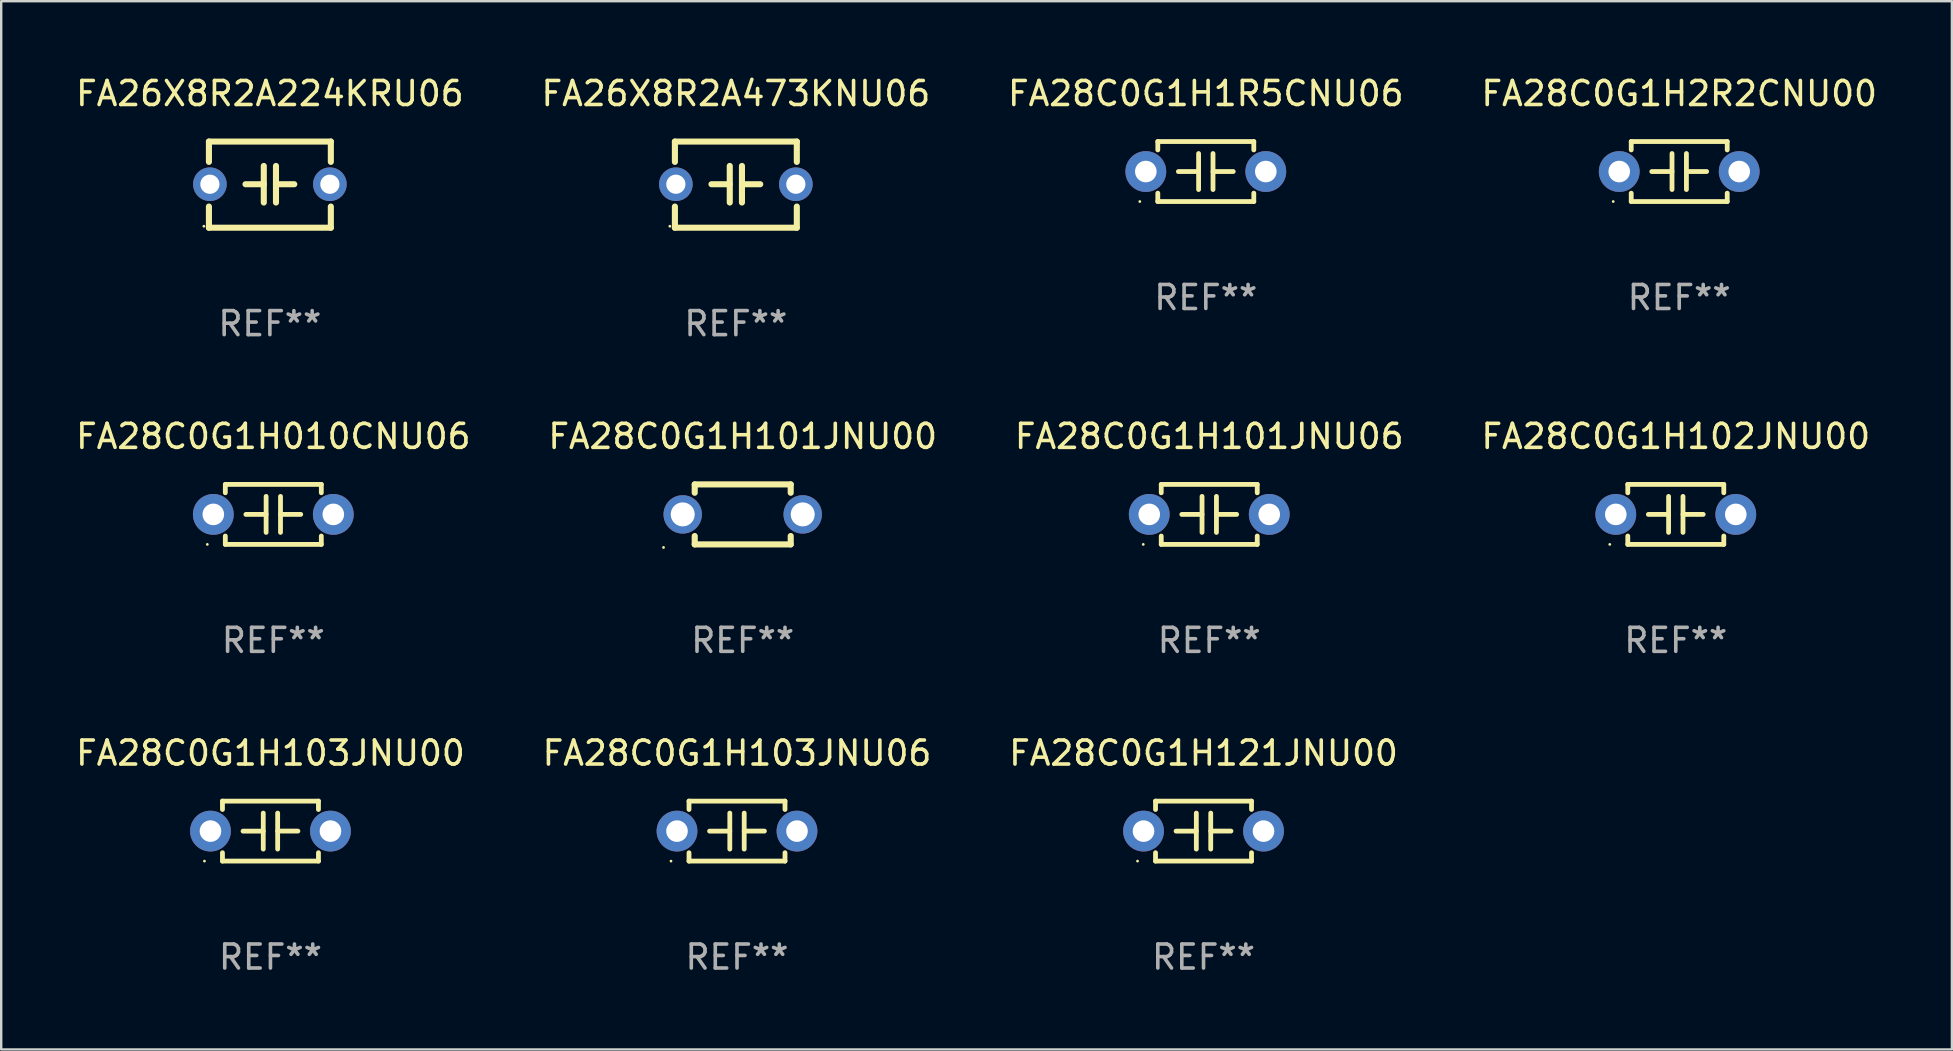
<source format=kicad_pcb>
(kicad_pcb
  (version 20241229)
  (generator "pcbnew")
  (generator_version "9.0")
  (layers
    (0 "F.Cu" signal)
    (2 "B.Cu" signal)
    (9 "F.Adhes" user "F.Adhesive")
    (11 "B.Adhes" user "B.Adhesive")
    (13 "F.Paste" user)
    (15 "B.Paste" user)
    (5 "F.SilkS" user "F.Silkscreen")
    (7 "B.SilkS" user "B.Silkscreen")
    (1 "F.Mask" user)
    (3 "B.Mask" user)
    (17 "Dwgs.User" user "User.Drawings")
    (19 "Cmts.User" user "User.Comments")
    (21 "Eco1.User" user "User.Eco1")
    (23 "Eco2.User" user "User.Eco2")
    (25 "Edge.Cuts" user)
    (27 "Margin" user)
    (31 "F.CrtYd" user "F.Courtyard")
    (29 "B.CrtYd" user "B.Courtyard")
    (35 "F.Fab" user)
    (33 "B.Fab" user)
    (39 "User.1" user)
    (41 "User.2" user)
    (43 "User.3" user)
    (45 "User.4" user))
  (footprint "FA26X8R2A224KRU06"
    (layer "F.Cu")
    (at 8.196 4.644)
    (property "Reference" "FA26X8R2A224KRU06" (at 0 -3.795 0) (layer "F.SilkS") (effects (font (size 1 1) (thickness 0.15))))
    (attr through_hole)
    (fp_line (start -2.54 -1.795) (end 2.54 -1.795) (stroke (width 0.254) (type solid)) (layer "F.SilkS"))
    (fp_line (start -2.54 -0.948) (end -2.54 -1.795) (stroke (width 0.254) (type solid)) (layer "F.SilkS"))
    (fp_line (start -2.54 1.795) (end -2.54 0.913) (stroke (width 0.254) (type solid)) (layer "F.SilkS"))
    (fp_line (start -1.016 -0.017) (end -0.254 -0.017) (stroke (width 0.254) (type solid)) (layer "F.SilkS"))
    (fp_line (start -0.254 0.745) (end -0.254 -0.779) (stroke (width 0.254) (type solid)) (layer "F.SilkS"))
    (fp_line (start 0.254 -0.779) (end 0.254 0.745) (stroke (width 0.254) (type solid)) (layer "F.SilkS"))
    (fp_line (start 1.016 -0.017) (end 0.254 -0.017) (stroke (width 0.254) (type solid)) (layer "F.SilkS"))
    (fp_line (start 2.54 -1.795) (end 2.54 -0.948) (stroke (width 0.254) (type solid)) (layer "F.SilkS"))
    (fp_line (start 2.54 1.795) (end -2.54 1.795) (stroke (width 0.254) (type solid)) (layer "F.SilkS"))
    (fp_line (start 2.54 1.795) (end 2.54 0.913) (stroke (width 0.254) (type solid)) (layer "F.SilkS"))
    (fp_circle (center -2.75 1.733) (end -2.72 1.733) (stroke (width 0.06) (type solid)) (fill no) (layer "F.SilkS"))
    (fp_text user "REF**" (at 0 5.795 0) (layer "F.Fab") (effects (font (size 1 1) (thickness 0.15))))
    (pad "1" thru_hole circle (at -2.5 -0.017) (size 1.4 1.4) (drill 0.8) (layers "*.Cu" "*.Mask"))
    (pad "2" thru_hole circle (at 2.5 -0.017) (size 1.4 1.4) (drill 0.8) (layers "*.Cu" "*.Mask")))
  (footprint "FA28C0G1H121JNU00"
    (layer "F.Cu")
    (at 47.101 31.582)
    (property "Reference" "FA28C0G1H121JNU00" (at 0 -3.25 0) (layer "F.SilkS") (effects (font (size 1 1) (thickness 0.15))))
    (attr through_hole)
    (fp_line (start -2 -1.25) (end -2 -0.901) (stroke (width 0.2) (type solid)) (layer "F.SilkS"))
    (fp_line (start -2 -1.25) (end 2 -1.25) (stroke (width 0.2) (type solid)) (layer "F.SilkS"))
    (fp_line (start -2 0.901) (end -2 1.25) (stroke (width 0.2) (type solid)) (layer "F.SilkS"))
    (fp_line (start -0.3 -0.75) (end -0.3 0.75) (stroke (width 0.2) (type solid)) (layer "F.SilkS"))
    (fp_line (start -0.3 0.001) (end -1.143 0.001) (stroke (width 0.2) (type solid)) (layer "F.SilkS"))
    (fp_line (start 0.3 -0.001) (end 1.143 -0.001) (stroke (width 0.2) (type solid)) (layer "F.SilkS"))
    (fp_line (start 0.3 0.75) (end 0.3 -0.75) (stroke (width 0.2) (type solid)) (layer "F.SilkS"))
    (fp_line (start 2 -1.25) (end 2 -0.901) (stroke (width 0.2) (type solid)) (layer "F.SilkS"))
    (fp_line (start 2 0.901) (end 2 1.25) (stroke (width 0.2) (type solid)) (layer "F.SilkS"))
    (fp_line (start 2 1.25) (end -2 1.25) (stroke (width 0.2) (type solid)) (layer "F.SilkS"))
    (fp_circle (center -2.75 1.25) (end -2.72 1.25) (stroke (width 0.06) (type solid)) (fill no) (layer "F.SilkS"))
    (fp_text user "REF**" (at 0 5.25 0) (layer "F.Fab") (effects (font (size 1 1) (thickness 0.15))))
    (pad "1" thru_hole circle (at -2.5 0) (size 1.7 1.7) (drill 0.9) (layers "*.Cu" "*.Mask"))
    (pad "2" thru_hole circle (at 2.5 0) (size 1.7 1.7) (drill 0.9) (layers "*.Cu" "*.Mask")))
  (footprint "FA28C0G1H101JNU00"
    (layer "F.Cu")
    (at 27.899 18.385)
    (property "Reference" "FA28C0G1H101JNU00" (at 0 -3.25 0) (layer "F.SilkS") (effects (font (size 1 1) (thickness 0.15))))
    (attr through_hole)
    (fp_line (start -2 -1.25) (end -2 -0.901) (stroke (width 0.254) (type solid)) (layer "F.SilkS"))
    (fp_line (start -2 -1.25) (end 2 -1.25) (stroke (width 0.254) (type solid)) (layer "F.SilkS"))
    (fp_line (start -2 0.901) (end -2 1.25) (stroke (width 0.254) (type solid)) (layer "F.SilkS"))
    (fp_line (start 2 -1.25) (end 2 -0.901) (stroke (width 0.254) (type solid)) (layer "F.SilkS"))
    (fp_line (start 2 0.901) (end 2 1.25) (stroke (width 0.254) (type solid)) (layer "F.SilkS"))
    (fp_line (start 2 1.25) (end -2 1.25) (stroke (width 0.254) (type solid)) (layer "F.SilkS"))
    (fp_circle (center -3.3 1.377) (end -3.27 1.377) (stroke (width 0.06) (type solid)) (fill no) (layer "F.SilkS"))
    (fp_text user "REF**" (at 0 5.25 0) (layer "F.Fab") (effects (font (size 1 1) (thickness 0.15))))
    (pad "1" thru_hole circle (at -2.5 0) (size 1.6 1.6) (drill 1) (layers "*.Cu" "*.Mask"))
    (pad "2" thru_hole circle (at 2.5 0) (size 1.6 1.6) (drill 1) (layers "*.Cu" "*.Mask")))
  (footprint "FA26X8R2A473KNU06"
    (layer "F.Cu")
    (at 27.613 4.644)
    (property "Reference" "FA26X8R2A473KNU06" (at 0 -3.795 0) (layer "F.SilkS") (effects (font (size 1 1) (thickness 0.15))))
    (attr through_hole)
    (fp_line (start -2.54 -1.795) (end 2.54 -1.795) (stroke (width 0.254) (type solid)) (layer "F.SilkS"))
    (fp_line (start -2.54 -0.948) (end -2.54 -1.795) (stroke (width 0.254) (type solid)) (layer "F.SilkS"))
    (fp_line (start -2.54 1.795) (end -2.54 0.913) (stroke (width 0.254) (type solid)) (layer "F.SilkS"))
    (fp_line (start -1.016 -0.017) (end -0.254 -0.017) (stroke (width 0.254) (type solid)) (layer "F.SilkS"))
    (fp_line (start -0.254 0.745) (end -0.254 -0.779) (stroke (width 0.254) (type solid)) (layer "F.SilkS"))
    (fp_line (start 0.254 -0.779) (end 0.254 0.745) (stroke (width 0.254) (type solid)) (layer "F.SilkS"))
    (fp_line (start 1.016 -0.017) (end 0.254 -0.017) (stroke (width 0.254) (type solid)) (layer "F.SilkS"))
    (fp_line (start 2.54 -1.795) (end 2.54 -0.948) (stroke (width 0.254) (type solid)) (layer "F.SilkS"))
    (fp_line (start 2.54 1.795) (end -2.54 1.795) (stroke (width 0.254) (type solid)) (layer "F.SilkS"))
    (fp_line (start 2.54 1.795) (end 2.54 0.913) (stroke (width 0.254) (type solid)) (layer "F.SilkS"))
    (fp_circle (center -2.75 1.733) (end -2.72 1.733) (stroke (width 0.06) (type solid)) (fill no) (layer "F.SilkS"))
    (fp_text user "REF**" (at 0 5.795 0) (layer "F.Fab") (effects (font (size 1 1) (thickness 0.15))))
    (pad "1" thru_hole circle (at -2.5 -0.017) (size 1.4 1.4) (drill 0.8) (layers "*.Cu" "*.Mask"))
    (pad "2" thru_hole circle (at 2.5 -0.017) (size 1.4 1.4) (drill 0.8) (layers "*.Cu" "*.Mask")))
  (footprint "FA28C0G1H010CNU06"
    (layer "F.Cu")
    (at 8.339 18.385)
    (property "Reference" "FA28C0G1H010CNU06" (at 0 -3.25 0) (layer "F.SilkS") (effects (font (size 1 1) (thickness 0.15))))
    (attr through_hole)
    (fp_line (start -2 -1.25) (end -2 -0.901) (stroke (width 0.2) (type solid)) (layer "F.SilkS"))
    (fp_line (start -2 -1.25) (end 2 -1.25) (stroke (width 0.2) (type solid)) (layer "F.SilkS"))
    (fp_line (start -2 0.901) (end -2 1.25) (stroke (width 0.2) (type solid)) (layer "F.SilkS"))
    (fp_line (start -0.3 -0.75) (end -0.3 0.75) (stroke (width 0.2) (type solid)) (layer "F.SilkS"))
    (fp_line (start -0.3 0.001) (end -1.143 0.001) (stroke (width 0.2) (type solid)) (layer "F.SilkS"))
    (fp_line (start 0.3 -0.001) (end 1.143 -0.001) (stroke (width 0.2) (type solid)) (layer "F.SilkS"))
    (fp_line (start 0.3 0.75) (end 0.3 -0.75) (stroke (width 0.2) (type solid)) (layer "F.SilkS"))
    (fp_line (start 2 -1.25) (end 2 -0.901) (stroke (width 0.2) (type solid)) (layer "F.SilkS"))
    (fp_line (start 2 0.901) (end 2 1.25) (stroke (width 0.2) (type solid)) (layer "F.SilkS"))
    (fp_line (start 2 1.25) (end -2 1.25) (stroke (width 0.2) (type solid)) (layer "F.SilkS"))
    (fp_circle (center -2.75 1.25) (end -2.72 1.25) (stroke (width 0.06) (type solid)) (fill no) (layer "F.SilkS"))
    (fp_text user "REF**" (at 0 5.25 0) (layer "F.Fab") (effects (font (size 1 1) (thickness 0.15))))
    (pad "1" thru_hole circle (at -2.5 0) (size 1.7 1.7) (drill 0.9) (layers "*.Cu" "*.Mask"))
    (pad "2" thru_hole circle (at 2.5 0) (size 1.7 1.7) (drill 0.9) (layers "*.Cu" "*.Mask")))
  (footprint "FA28C0G1H102JNU00"
    (layer "F.Cu")
    (at 66.78 18.385)
    (property "Reference" "FA28C0G1H102JNU00" (at 0 -3.25 0) (layer "F.SilkS") (effects (font (size 1 1) (thickness 0.15))))
    (attr through_hole)
    (fp_line (start -2 -1.25) (end -2 -0.901) (stroke (width 0.2) (type solid)) (layer "F.SilkS"))
    (fp_line (start -2 -1.25) (end 2 -1.25) (stroke (width 0.2) (type solid)) (layer "F.SilkS"))
    (fp_line (start -2 0.901) (end -2 1.25) (stroke (width 0.2) (type solid)) (layer "F.SilkS"))
    (fp_line (start -0.3 -0.75) (end -0.3 0.75) (stroke (width 0.2) (type solid)) (layer "F.SilkS"))
    (fp_line (start -0.3 0.001) (end -1.143 0.001) (stroke (width 0.2) (type solid)) (layer "F.SilkS"))
    (fp_line (start 0.3 -0.001) (end 1.143 -0.001) (stroke (width 0.2) (type solid)) (layer "F.SilkS"))
    (fp_line (start 0.3 0.75) (end 0.3 -0.75) (stroke (width 0.2) (type solid)) (layer "F.SilkS"))
    (fp_line (start 2 -1.25) (end 2 -0.901) (stroke (width 0.2) (type solid)) (layer "F.SilkS"))
    (fp_line (start 2 0.901) (end 2 1.25) (stroke (width 0.2) (type solid)) (layer "F.SilkS"))
    (fp_line (start 2 1.25) (end -2 1.25) (stroke (width 0.2) (type solid)) (layer "F.SilkS"))
    (fp_circle (center -2.75 1.25) (end -2.72 1.25) (stroke (width 0.06) (type solid)) (fill no) (layer "F.SilkS"))
    (fp_text user "REF**" (at 0 5.25 0) (layer "F.Fab") (effects (font (size 1 1) (thickness 0.15))))
    (pad "1" thru_hole circle (at -2.5 0) (size 1.7 1.7) (drill 0.9) (layers "*.Cu" "*.Mask"))
    (pad "2" thru_hole circle (at 2.5 0) (size 1.7 1.7) (drill 0.9) (layers "*.Cu" "*.Mask")))
  (footprint "FA28C0G1H101JNU06"
    (layer "F.Cu")
    (at 47.339 18.385)
    (property "Reference" "FA28C0G1H101JNU06" (at 0 -3.25 0) (layer "F.SilkS") (effects (font (size 1 1) (thickness 0.15))))
    (attr through_hole)
    (fp_line (start -2 -1.25) (end -2 -0.901) (stroke (width 0.2) (type solid)) (layer "F.SilkS"))
    (fp_line (start -2 -1.25) (end 2 -1.25) (stroke (width 0.2) (type solid)) (layer "F.SilkS"))
    (fp_line (start -2 0.901) (end -2 1.25) (stroke (width 0.2) (type solid)) (layer "F.SilkS"))
    (fp_line (start -0.3 -0.75) (end -0.3 0.75) (stroke (width 0.2) (type solid)) (layer "F.SilkS"))
    (fp_line (start -0.3 0.001) (end -1.143 0.001) (stroke (width 0.2) (type solid)) (layer "F.SilkS"))
    (fp_line (start 0.3 -0.001) (end 1.143 -0.001) (stroke (width 0.2) (type solid)) (layer "F.SilkS"))
    (fp_line (start 0.3 0.75) (end 0.3 -0.75) (stroke (width 0.2) (type solid)) (layer "F.SilkS"))
    (fp_line (start 2 -1.25) (end 2 -0.901) (stroke (width 0.2) (type solid)) (layer "F.SilkS"))
    (fp_line (start 2 0.901) (end 2 1.25) (stroke (width 0.2) (type solid)) (layer "F.SilkS"))
    (fp_line (start 2 1.25) (end -2 1.25) (stroke (width 0.2) (type solid)) (layer "F.SilkS"))
    (fp_circle (center -2.75 1.25) (end -2.72 1.25) (stroke (width 0.06) (type solid)) (fill no) (layer "F.SilkS"))
    (fp_text user "REF**" (at 0 5.25 0) (layer "F.Fab") (effects (font (size 1 1) (thickness 0.15))))
    (pad "1" thru_hole circle (at -2.5 0) (size 1.7 1.7) (drill 0.9) (layers "*.Cu" "*.Mask"))
    (pad "2" thru_hole circle (at 2.5 0) (size 1.7 1.7) (drill 0.9) (layers "*.Cu" "*.Mask")))
  (footprint "FA28C0G1H1R5CNU06"
    (layer "F.Cu")
    (at 47.196 4.098)
    (property "Reference" "FA28C0G1H1R5CNU06" (at 0 -3.25 0) (layer "F.SilkS") (effects (font (size 1 1) (thickness 0.15))))
    (attr through_hole)
    (fp_line (start -2 -1.25) (end -2 -0.901) (stroke (width 0.2) (type solid)) (layer "F.SilkS"))
    (fp_line (start -2 -1.25) (end 2 -1.25) (stroke (width 0.2) (type solid)) (layer "F.SilkS"))
    (fp_line (start -2 0.901) (end -2 1.25) (stroke (width 0.2) (type solid)) (layer "F.SilkS"))
    (fp_line (start -0.3 -0.75) (end -0.3 0.75) (stroke (width 0.2) (type solid)) (layer "F.SilkS"))
    (fp_line (start -0.3 0.001) (end -1.143 0.001) (stroke (width 0.2) (type solid)) (layer "F.SilkS"))
    (fp_line (start 0.3 -0.001) (end 1.143 -0.001) (stroke (width 0.2) (type solid)) (layer "F.SilkS"))
    (fp_line (start 0.3 0.75) (end 0.3 -0.75) (stroke (width 0.2) (type solid)) (layer "F.SilkS"))
    (fp_line (start 2 -1.25) (end 2 -0.901) (stroke (width 0.2) (type solid)) (layer "F.SilkS"))
    (fp_line (start 2 0.901) (end 2 1.25) (stroke (width 0.2) (type solid)) (layer "F.SilkS"))
    (fp_line (start 2 1.25) (end -2 1.25) (stroke (width 0.2) (type solid)) (layer "F.SilkS"))
    (fp_circle (center -2.75 1.25) (end -2.72 1.25) (stroke (width 0.06) (type solid)) (fill no) (layer "F.SilkS"))
    (fp_text user "REF**" (at 0 5.25 0) (layer "F.Fab") (effects (font (size 1 1) (thickness 0.15))))
    (pad "1" thru_hole circle (at -2.5 0) (size 1.7 1.7) (drill 0.9) (layers "*.Cu" "*.Mask"))
    (pad "2" thru_hole circle (at 2.5 0) (size 1.7 1.7) (drill 0.9) (layers "*.Cu" "*.Mask")))
  (footprint "FA28C0G1H103JNU06"
    (layer "F.Cu")
    (at 27.661 31.582)
    (property "Reference" "FA28C0G1H103JNU06" (at 0 -3.25 0) (layer "F.SilkS") (effects (font (size 1 1) (thickness 0.15))))
    (attr through_hole)
    (fp_line (start -2 -1.25) (end -2 -0.901) (stroke (width 0.2) (type solid)) (layer "F.SilkS"))
    (fp_line (start -2 -1.25) (end 2 -1.25) (stroke (width 0.2) (type solid)) (layer "F.SilkS"))
    (fp_line (start -2 0.901) (end -2 1.25) (stroke (width 0.2) (type solid)) (layer "F.SilkS"))
    (fp_line (start -0.3 -0.75) (end -0.3 0.75) (stroke (width 0.2) (type solid)) (layer "F.SilkS"))
    (fp_line (start -0.3 0.001) (end -1.143 0.001) (stroke (width 0.2) (type solid)) (layer "F.SilkS"))
    (fp_line (start 0.3 -0.001) (end 1.143 -0.001) (stroke (width 0.2) (type solid)) (layer "F.SilkS"))
    (fp_line (start 0.3 0.75) (end 0.3 -0.75) (stroke (width 0.2) (type solid)) (layer "F.SilkS"))
    (fp_line (start 2 -1.25) (end 2 -0.901) (stroke (width 0.2) (type solid)) (layer "F.SilkS"))
    (fp_line (start 2 0.901) (end 2 1.25) (stroke (width 0.2) (type solid)) (layer "F.SilkS"))
    (fp_line (start 2 1.25) (end -2 1.25) (stroke (width 0.2) (type solid)) (layer "F.SilkS"))
    (fp_circle (center -2.75 1.25) (end -2.72 1.25) (stroke (width 0.06) (type solid)) (fill no) (layer "F.SilkS"))
    (fp_text user "REF**" (at 0 5.25 0) (layer "F.Fab") (effects (font (size 1 1) (thickness 0.15))))
    (pad "1" thru_hole circle (at -2.5 0) (size 1.7 1.7) (drill 0.9) (layers "*.Cu" "*.Mask"))
    (pad "2" thru_hole circle (at 2.5 0) (size 1.7 1.7) (drill 0.9) (layers "*.Cu" "*.Mask")))
  (footprint "FA28C0G1H103JNU00"
    (layer "F.Cu")
    (at 8.22 31.582)
    (property "Reference" "FA28C0G1H103JNU00" (at 0 -3.25 0) (layer "F.SilkS") (effects (font (size 1 1) (thickness 0.15))))
    (attr through_hole)
    (fp_line (start -2 -1.25) (end -2 -0.901) (stroke (width 0.2) (type solid)) (layer "F.SilkS"))
    (fp_line (start -2 -1.25) (end 2 -1.25) (stroke (width 0.2) (type solid)) (layer "F.SilkS"))
    (fp_line (start -2 0.901) (end -2 1.25) (stroke (width 0.2) (type solid)) (layer "F.SilkS"))
    (fp_line (start -0.3 -0.75) (end -0.3 0.75) (stroke (width 0.2) (type solid)) (layer "F.SilkS"))
    (fp_line (start -0.3 0.001) (end -1.143 0.001) (stroke (width 0.2) (type solid)) (layer "F.SilkS"))
    (fp_line (start 0.3 -0.001) (end 1.143 -0.001) (stroke (width 0.2) (type solid)) (layer "F.SilkS"))
    (fp_line (start 0.3 0.75) (end 0.3 -0.75) (stroke (width 0.2) (type solid)) (layer "F.SilkS"))
    (fp_line (start 2 -1.25) (end 2 -0.901) (stroke (width 0.2) (type solid)) (layer "F.SilkS"))
    (fp_line (start 2 0.901) (end 2 1.25) (stroke (width 0.2) (type solid)) (layer "F.SilkS"))
    (fp_line (start 2 1.25) (end -2 1.25) (stroke (width 0.2) (type solid)) (layer "F.SilkS"))
    (fp_circle (center -2.75 1.25) (end -2.72 1.25) (stroke (width 0.06) (type solid)) (fill no) (layer "F.SilkS"))
    (fp_text user "REF**" (at 0 5.25 0) (layer "F.Fab") (effects (font (size 1 1) (thickness 0.15))))
    (pad "1" thru_hole circle (at -2.5 0) (size 1.7 1.7) (drill 0.9) (layers "*.Cu" "*.Mask"))
    (pad "2" thru_hole circle (at 2.5 0) (size 1.7 1.7) (drill 0.9) (layers "*.Cu" "*.Mask")))
  (footprint "FA28C0G1H2R2CNU00"
    (layer "F.Cu")
    (at 66.923 4.098)
    (property "Reference" "FA28C0G1H2R2CNU00" (at 0 -3.25 0) (layer "F.SilkS") (effects (font (size 1 1) (thickness 0.15))))
    (attr through_hole)
    (fp_line (start -2 -1.25) (end -2 -0.901) (stroke (width 0.2) (type solid)) (layer "F.SilkS"))
    (fp_line (start -2 -1.25) (end 2 -1.25) (stroke (width 0.2) (type solid)) (layer "F.SilkS"))
    (fp_line (start -2 0.901) (end -2 1.25) (stroke (width 0.2) (type solid)) (layer "F.SilkS"))
    (fp_line (start -0.3 -0.75) (end -0.3 0.75) (stroke (width 0.2) (type solid)) (layer "F.SilkS"))
    (fp_line (start -0.3 0.001) (end -1.143 0.001) (stroke (width 0.2) (type solid)) (layer "F.SilkS"))
    (fp_line (start 0.3 -0.001) (end 1.143 -0.001) (stroke (width 0.2) (type solid)) (layer "F.SilkS"))
    (fp_line (start 0.3 0.75) (end 0.3 -0.75) (stroke (width 0.2) (type solid)) (layer "F.SilkS"))
    (fp_line (start 2 -1.25) (end 2 -0.901) (stroke (width 0.2) (type solid)) (layer "F.SilkS"))
    (fp_line (start 2 0.901) (end 2 1.25) (stroke (width 0.2) (type solid)) (layer "F.SilkS"))
    (fp_line (start 2 1.25) (end -2 1.25) (stroke (width 0.2) (type solid)) (layer "F.SilkS"))
    (fp_circle (center -2.75 1.25) (end -2.72 1.25) (stroke (width 0.06) (type solid)) (fill no) (layer "F.SilkS"))
    (fp_text user "REF**" (at 0 5.25 0) (layer "F.Fab") (effects (font (size 1 1) (thickness 0.15))))
    (pad "1" thru_hole circle (at -2.5 0) (size 1.7 1.7) (drill 0.9) (layers "*.Cu" "*.Mask"))
    (pad "2" thru_hole circle (at 2.5 0) (size 1.7 1.7) (drill 0.9) (layers "*.Cu" "*.Mask")))
  (gr_rect
    (start -3 -3)
    (end 78.286 40.68)
    (stroke (width 0.1) (type default))
    (fill no)
    (layer "Edge.Cuts")))
</source>
